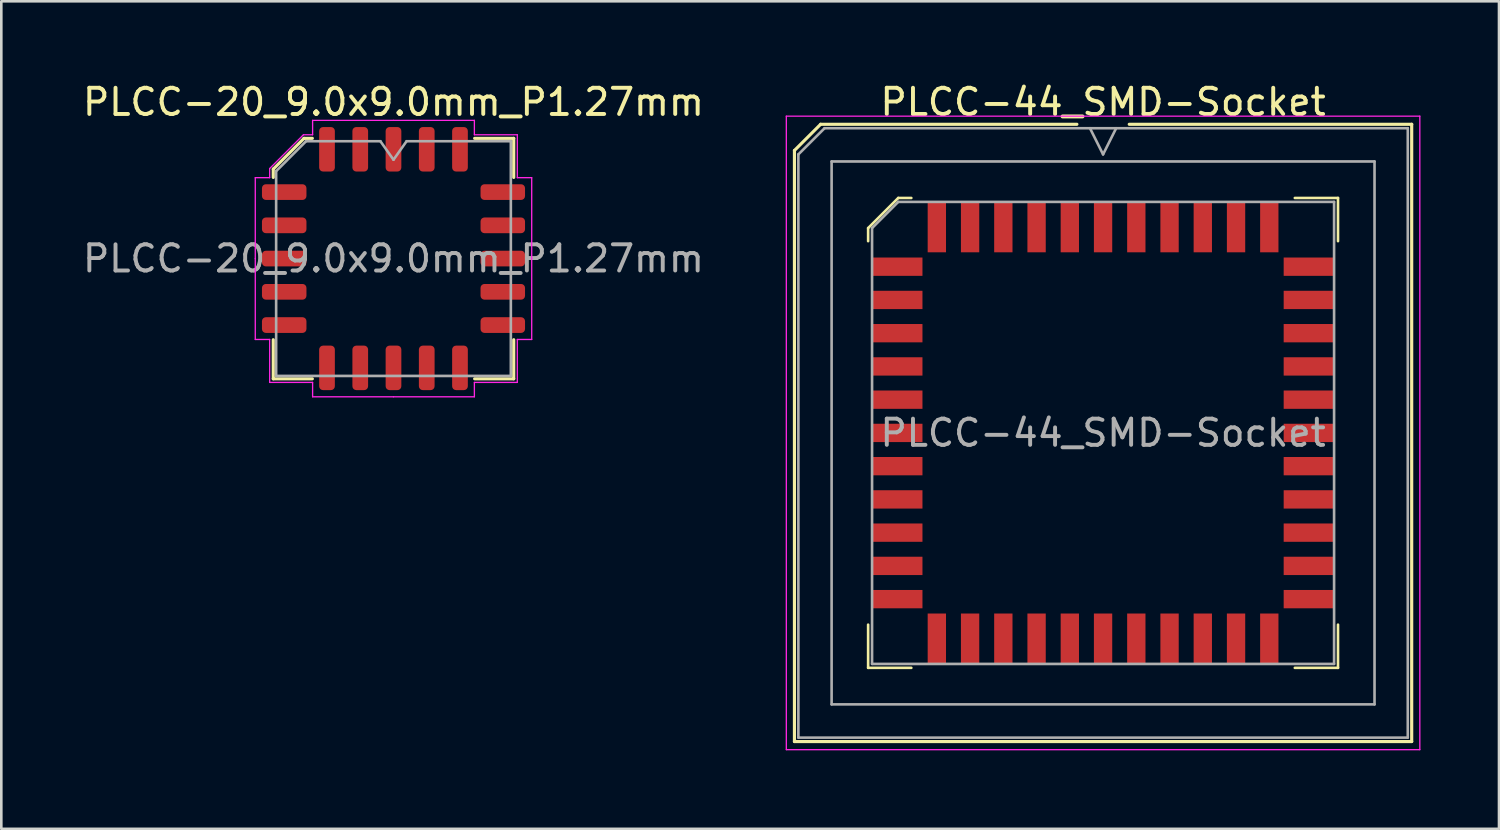
<source format=kicad_pcb>
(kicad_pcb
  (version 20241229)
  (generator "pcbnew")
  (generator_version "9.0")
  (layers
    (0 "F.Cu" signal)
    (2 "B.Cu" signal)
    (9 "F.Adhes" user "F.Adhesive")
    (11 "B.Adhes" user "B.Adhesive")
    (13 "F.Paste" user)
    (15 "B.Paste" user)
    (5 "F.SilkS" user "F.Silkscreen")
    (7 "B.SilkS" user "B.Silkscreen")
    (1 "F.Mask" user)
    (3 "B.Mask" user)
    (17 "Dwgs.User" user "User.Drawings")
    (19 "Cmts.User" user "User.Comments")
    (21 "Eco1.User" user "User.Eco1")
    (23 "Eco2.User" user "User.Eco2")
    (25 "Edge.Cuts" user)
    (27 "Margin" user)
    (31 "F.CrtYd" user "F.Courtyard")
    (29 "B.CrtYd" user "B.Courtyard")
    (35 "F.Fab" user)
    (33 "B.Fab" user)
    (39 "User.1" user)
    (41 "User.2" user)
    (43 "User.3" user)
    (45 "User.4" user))
  (footprint "PLCC-20_9.0x9.0mm_P1.27mm"
    (layer "F.Cu")
    (at 11.982 6.828)
    (property "Reference" "PLCC-20_9.0x9.0mm_P1.27mm" (at 0 -5.98 0) (layer "F.SilkS") (effects (font (size 1 1) (thickness 0.15))))
    (attr smd)
    (fp_line (start -4.593 -3.418) (end -4.593 -3.1) (stroke (width 0.12) (type solid)) (layer "F.SilkS"))
    (fp_line (start -4.593 4.593) (end -4.593 3.1) (stroke (width 0.12) (type solid)) (layer "F.SilkS"))
    (fp_line (start -3.418 -4.593) (end -4.593 -3.418) (stroke (width 0.12) (type solid)) (layer "F.SilkS"))
    (fp_line (start -3.1 -4.593) (end -3.418 -4.593) (stroke (width 0.12) (type solid)) (layer "F.SilkS"))
    (fp_line (start -3.1 4.593) (end -4.593 4.593) (stroke (width 0.12) (type solid)) (layer "F.SilkS"))
    (fp_line (start 3.1 -4.593) (end 4.593 -4.593) (stroke (width 0.12) (type solid)) (layer "F.SilkS"))
    (fp_line (start 3.1 4.593) (end 4.593 4.593) (stroke (width 0.12) (type solid)) (layer "F.SilkS"))
    (fp_line (start 4.593 -4.593) (end 4.593 -3.1) (stroke (width 0.12) (type solid)) (layer "F.SilkS"))
    (fp_line (start 4.593 4.593) (end 4.593 3.1) (stroke (width 0.12) (type solid)) (layer "F.SilkS"))
    (fp_line (start -5.28 -3.09) (end -5.28 0) (stroke (width 0.05) (type solid)) (layer "F.CrtYd"))
    (fp_line (start -5.28 3.09) (end -5.28 0) (stroke (width 0.05) (type solid)) (layer "F.CrtYd"))
    (fp_line (start -4.73 -3.44) (end -4.73 -3.09) (stroke (width 0.05) (type solid)) (layer "F.CrtYd"))
    (fp_line (start -4.73 -3.09) (end -5.28 -3.09) (stroke (width 0.05) (type solid)) (layer "F.CrtYd"))
    (fp_line (start -4.73 3.09) (end -5.28 3.09) (stroke (width 0.05) (type solid)) (layer "F.CrtYd"))
    (fp_line (start -4.73 4.73) (end -4.73 3.09) (stroke (width 0.05) (type solid)) (layer "F.CrtYd"))
    (fp_line (start -3.44 -4.73) (end -4.73 -3.44) (stroke (width 0.05) (type solid)) (layer "F.CrtYd"))
    (fp_line (start -3.09 -5.28) (end -3.09 -4.73) (stroke (width 0.05) (type solid)) (layer "F.CrtYd"))
    (fp_line (start -3.09 -4.73) (end -3.44 -4.73) (stroke (width 0.05) (type solid)) (layer "F.CrtYd"))
    (fp_line (start -3.09 4.73) (end -4.73 4.73) (stroke (width 0.05) (type solid)) (layer "F.CrtYd"))
    (fp_line (start -3.09 5.28) (end -3.09 4.73) (stroke (width 0.05) (type solid)) (layer "F.CrtYd"))
    (fp_line (start 0 -5.28) (end -3.09 -5.28) (stroke (width 0.05) (type solid)) (layer "F.CrtYd"))
    (fp_line (start 0 -5.28) (end 3.09 -5.28) (stroke (width 0.05) (type solid)) (layer "F.CrtYd"))
    (fp_line (start 0 5.28) (end -3.09 5.28) (stroke (width 0.05) (type solid)) (layer "F.CrtYd"))
    (fp_line (start 0 5.28) (end 3.09 5.28) (stroke (width 0.05) (type solid)) (layer "F.CrtYd"))
    (fp_line (start 3.09 -5.28) (end 3.09 -4.73) (stroke (width 0.05) (type solid)) (layer "F.CrtYd"))
    (fp_line (start 3.09 -4.73) (end 4.73 -4.73) (stroke (width 0.05) (type solid)) (layer "F.CrtYd"))
    (fp_line (start 3.09 4.73) (end 4.73 4.73) (stroke (width 0.05) (type solid)) (layer "F.CrtYd"))
    (fp_line (start 3.09 5.28) (end 3.09 4.73) (stroke (width 0.05) (type solid)) (layer "F.CrtYd"))
    (fp_line (start 4.73 -4.73) (end 4.73 -3.09) (stroke (width 0.05) (type solid)) (layer "F.CrtYd"))
    (fp_line (start 4.73 -3.09) (end 5.28 -3.09) (stroke (width 0.05) (type solid)) (layer "F.CrtYd"))
    (fp_line (start 4.73 3.09) (end 5.28 3.09) (stroke (width 0.05) (type solid)) (layer "F.CrtYd"))
    (fp_line (start 4.73 4.73) (end 4.73 3.09) (stroke (width 0.05) (type solid)) (layer "F.CrtYd"))
    (fp_line (start 5.28 -3.09) (end 5.28 0) (stroke (width 0.05) (type solid)) (layer "F.CrtYd"))
    (fp_line (start 5.28 3.09) (end 5.28 0) (stroke (width 0.05) (type solid)) (layer "F.CrtYd"))
    (fp_line (start -4.483 -3.34) (end -3.34 -4.483) (stroke (width 0.1) (type solid)) (layer "F.Fab"))
    (fp_line (start -4.483 4.483) (end -4.483 -3.34) (stroke (width 0.1) (type solid)) (layer "F.Fab"))
    (fp_line (start -3.34 -4.483) (end -0.5 -4.483) (stroke (width 0.1) (type solid)) (layer "F.Fab"))
    (fp_line (start -0.5 -4.483) (end 0 -3.776) (stroke (width 0.1) (type solid)) (layer "F.Fab"))
    (fp_line (start 0 -3.776) (end 0.5 -4.483) (stroke (width 0.1) (type solid)) (layer "F.Fab"))
    (fp_line (start 0.5 -4.483) (end 4.483 -4.483) (stroke (width 0.1) (type solid)) (layer "F.Fab"))
    (fp_line (start 4.483 -4.483) (end 4.483 4.483) (stroke (width 0.1) (type solid)) (layer "F.Fab"))
    (fp_line (start 4.483 4.483) (end -4.483 4.483) (stroke (width 0.1) (type solid)) (layer "F.Fab"))
    (fp_text user "${REFERENCE}" (at 0 0 0) (layer "F.Fab") (effects (font (size 1 1) (thickness 0.15))))
    (pad "1" smd roundrect (at 0 -4.175) (size 0.6 1.7) (layers "F.Cu" "F.Mask" "F.Paste") (roundrect_rratio 0.25))
    (pad "2" smd roundrect (at -1.27 -4.175) (size 0.6 1.7) (layers "F.Cu" "F.Mask" "F.Paste") (roundrect_rratio 0.25))
    (pad "3" smd roundrect (at -2.54 -4.175) (size 0.6 1.7) (layers "F.Cu" "F.Mask" "F.Paste") (roundrect_rratio 0.25))
    (pad "4" smd roundrect (at -4.175 -2.54) (size 1.7 0.6) (layers "F.Cu" "F.Mask" "F.Paste") (roundrect_rratio 0.25))
    (pad "5" smd roundrect (at -4.175 -1.27) (size 1.7 0.6) (layers "F.Cu" "F.Mask" "F.Paste") (roundrect_rratio 0.25))
    (pad "6" smd roundrect (at -4.175 0) (size 1.7 0.6) (layers "F.Cu" "F.Mask" "F.Paste") (roundrect_rratio 0.25))
    (pad "7" smd roundrect (at -4.175 1.27) (size 1.7 0.6) (layers "F.Cu" "F.Mask" "F.Paste") (roundrect_rratio 0.25))
    (pad "8" smd roundrect (at -4.175 2.54) (size 1.7 0.6) (layers "F.Cu" "F.Mask" "F.Paste") (roundrect_rratio 0.25))
    (pad "9" smd roundrect (at -2.54 4.175) (size 0.6 1.7) (layers "F.Cu" "F.Mask" "F.Paste") (roundrect_rratio 0.25))
    (pad "10" smd roundrect (at -1.27 4.175) (size 0.6 1.7) (layers "F.Cu" "F.Mask" "F.Paste") (roundrect_rratio 0.25))
    (pad "11" smd roundrect (at 0 4.175) (size 0.6 1.7) (layers "F.Cu" "F.Mask" "F.Paste") (roundrect_rratio 0.25))
    (pad "12" smd roundrect (at 1.27 4.175) (size 0.6 1.7) (layers "F.Cu" "F.Mask" "F.Paste") (roundrect_rratio 0.25))
    (pad "13" smd roundrect (at 2.54 4.175) (size 0.6 1.7) (layers "F.Cu" "F.Mask" "F.Paste") (roundrect_rratio 0.25))
    (pad "14" smd roundrect (at 4.175 2.54) (size 1.7 0.6) (layers "F.Cu" "F.Mask" "F.Paste") (roundrect_rratio 0.25))
    (pad "15" smd roundrect (at 4.175 1.27) (size 1.7 0.6) (layers "F.Cu" "F.Mask" "F.Paste") (roundrect_rratio 0.25))
    (pad "16" smd roundrect (at 4.175 0) (size 1.7 0.6) (layers "F.Cu" "F.Mask" "F.Paste") (roundrect_rratio 0.25))
    (pad "17" smd roundrect (at 4.175 -1.27) (size 1.7 0.6) (layers "F.Cu" "F.Mask" "F.Paste") (roundrect_rratio 0.25))
    (pad "18" smd roundrect (at 4.175 -2.54) (size 1.7 0.6) (layers "F.Cu" "F.Mask" "F.Paste") (roundrect_rratio 0.25))
    (pad "19" smd roundrect (at 2.54 -4.175) (size 0.6 1.7) (layers "F.Cu" "F.Mask" "F.Paste") (roundrect_rratio 0.25))
    (pad "20" smd roundrect (at 1.27 -4.175) (size 0.6 1.7) (layers "F.Cu" "F.Mask" "F.Paste") (roundrect_rratio 0.25)))
  (footprint "PLCC-44_SMD-Socket"
    (layer "F.Cu")
    (at 39.089 13.488)
    (property "Reference" "PLCC-44_SMD-Socket" (at 0 -12.64 0) (layer "F.SilkS") (effects (font (size 1 1) (thickness 0.15))))
    (attr smd)
    (fp_line (start -11.79 -10.79) (end -11.79 11.79) (stroke (width 0.12) (type solid)) (layer "F.SilkS"))
    (fp_line (start -11.79 11.79) (end 11.79 11.79) (stroke (width 0.12) (type solid)) (layer "F.SilkS"))
    (fp_line (start -10.79 -11.79) (end -11.79 -10.79) (stroke (width 0.12) (type solid)) (layer "F.SilkS"))
    (fp_line (start -8.975 -7.825) (end -8.975 -7.325) (stroke (width 0.1) (type solid)) (layer "F.SilkS"))
    (fp_line (start -8.975 8.975) (end -8.975 7.325) (stroke (width 0.1) (type solid)) (layer "F.SilkS"))
    (fp_line (start -7.825 -8.975) (end -8.975 -7.825) (stroke (width 0.1) (type solid)) (layer "F.SilkS"))
    (fp_line (start -7.325 -8.975) (end -7.825 -8.975) (stroke (width 0.1) (type solid)) (layer "F.SilkS"))
    (fp_line (start -7.325 8.975) (end -8.975 8.975) (stroke (width 0.1) (type solid)) (layer "F.SilkS"))
    (fp_line (start -1 -11.79) (end -10.79 -11.79) (stroke (width 0.12) (type solid)) (layer "F.SilkS"))
    (fp_line (start 7.325 -8.975) (end 8.975 -8.975) (stroke (width 0.1) (type solid)) (layer "F.SilkS"))
    (fp_line (start 7.325 8.975) (end 8.975 8.975) (stroke (width 0.1) (type solid)) (layer "F.SilkS"))
    (fp_line (start 8.975 -8.975) (end 8.975 -7.325) (stroke (width 0.1) (type solid)) (layer "F.SilkS"))
    (fp_line (start 8.975 8.975) (end 8.975 7.325) (stroke (width 0.1) (type solid)) (layer "F.SilkS"))
    (fp_line (start 11.79 -11.79) (end 1 -11.79) (stroke (width 0.12) (type solid)) (layer "F.SilkS"))
    (fp_line (start 11.79 11.79) (end 11.79 -11.79) (stroke (width 0.12) (type solid)) (layer "F.SilkS"))
    (fp_line (start -12.1 -12.1) (end -12.1 12.1) (stroke (width 0.05) (type solid)) (layer "F.CrtYd"))
    (fp_line (start -12.1 12.1) (end 12.1 12.1) (stroke (width 0.05) (type solid)) (layer "F.CrtYd"))
    (fp_line (start 12.1 -12.1) (end -12.1 -12.1) (stroke (width 0.05) (type solid)) (layer "F.CrtYd"))
    (fp_line (start 12.1 12.1) (end 12.1 -12.1) (stroke (width 0.05) (type solid)) (layer "F.CrtYd"))
    (fp_line (start -11.64 -10.64) (end -11.64 11.64) (stroke (width 0.1) (type solid)) (layer "F.Fab"))
    (fp_line (start -11.64 11.64) (end 11.64 11.64) (stroke (width 0.1) (type solid)) (layer "F.Fab"))
    (fp_line (start -10.64 -11.64) (end -11.64 -10.64) (stroke (width 0.1) (type solid)) (layer "F.Fab"))
    (fp_line (start -10.37 -10.37) (end -10.37 10.37) (stroke (width 0.1) (type solid)) (layer "F.Fab"))
    (fp_line (start -10.37 10.37) (end 10.37 10.37) (stroke (width 0.1) (type solid)) (layer "F.Fab"))
    (fp_line (start -8.825 -7.825) (end -8.825 8.825) (stroke (width 0.1) (type solid)) (layer "F.Fab"))
    (fp_line (start -8.825 8.825) (end 8.825 8.825) (stroke (width 0.1) (type solid)) (layer "F.Fab"))
    (fp_line (start -7.825 -8.825) (end -8.825 -7.825) (stroke (width 0.1) (type solid)) (layer "F.Fab"))
    (fp_line (start -0.5 -11.64) (end 0 -10.64) (stroke (width 0.1) (type solid)) (layer "F.Fab"))
    (fp_line (start 0 -10.64) (end 0.5 -11.64) (stroke (width 0.1) (type solid)) (layer "F.Fab"))
    (fp_line (start 8.825 -8.825) (end -7.825 -8.825) (stroke (width 0.1) (type solid)) (layer "F.Fab"))
    (fp_line (start 8.825 8.825) (end 8.825 -8.825) (stroke (width 0.1) (type solid)) (layer "F.Fab"))
    (fp_line (start 10.37 -10.37) (end -10.37 -10.37) (stroke (width 0.1) (type solid)) (layer "F.Fab"))
    (fp_line (start 10.37 10.37) (end 10.37 -10.37) (stroke (width 0.1) (type solid)) (layer "F.Fab"))
    (fp_line (start 11.64 -11.64) (end -10.64 -11.64) (stroke (width 0.1) (type solid)) (layer "F.Fab"))
    (fp_line (start 11.64 11.64) (end 11.64 -11.64) (stroke (width 0.1) (type solid)) (layer "F.Fab"))
    (fp_text user "${REFERENCE}" (at 0 0 0) (layer "F.Fab") (effects (font (size 1 1) (thickness 0.15))))
    (pad "1" smd rect (at 0 -7.862) (size 0.7 1.925) (layers "F.Cu" "F.Mask" "F.Paste"))
    (pad "2" smd rect (at -1.27 -7.862) (size 0.7 1.925) (layers "F.Cu" "F.Mask" "F.Paste"))
    (pad "3" smd rect (at -2.54 -7.862) (size 0.7 1.925) (layers "F.Cu" "F.Mask" "F.Paste"))
    (pad "4" smd rect (at -3.81 -7.862) (size 0.7 1.925) (layers "F.Cu" "F.Mask" "F.Paste"))
    (pad "5" smd rect (at -5.08 -7.862) (size 0.7 1.925) (layers "F.Cu" "F.Mask" "F.Paste"))
    (pad "6" smd rect (at -6.35 -7.862) (size 0.7 1.925) (layers "F.Cu" "F.Mask" "F.Paste"))
    (pad "7" smd rect (at -7.862 -6.35) (size 1.925 0.7) (layers "F.Cu" "F.Mask" "F.Paste"))
    (pad "8" smd rect (at -7.862 -5.08) (size 1.925 0.7) (layers "F.Cu" "F.Mask" "F.Paste"))
    (pad "9" smd rect (at -7.862 -3.81) (size 1.925 0.7) (layers "F.Cu" "F.Mask" "F.Paste"))
    (pad "10" smd rect (at -7.862 -2.54) (size 1.925 0.7) (layers "F.Cu" "F.Mask" "F.Paste"))
    (pad "11" smd rect (at -7.862 -1.27) (size 1.925 0.7) (layers "F.Cu" "F.Mask" "F.Paste"))
    (pad "12" smd rect (at -7.862 0) (size 1.925 0.7) (layers "F.Cu" "F.Mask" "F.Paste"))
    (pad "13" smd rect (at -7.862 1.27) (size 1.925 0.7) (layers "F.Cu" "F.Mask" "F.Paste"))
    (pad "14" smd rect (at -7.862 2.54) (size 1.925 0.7) (layers "F.Cu" "F.Mask" "F.Paste"))
    (pad "15" smd rect (at -7.862 3.81) (size 1.925 0.7) (layers "F.Cu" "F.Mask" "F.Paste"))
    (pad "16" smd rect (at -7.862 5.08) (size 1.925 0.7) (layers "F.Cu" "F.Mask" "F.Paste"))
    (pad "17" smd rect (at -7.862 6.35) (size 1.925 0.7) (layers "F.Cu" "F.Mask" "F.Paste"))
    (pad "18" smd rect (at -6.35 7.862) (size 0.7 1.925) (layers "F.Cu" "F.Mask" "F.Paste"))
    (pad "19" smd rect (at -5.08 7.862) (size 0.7 1.925) (layers "F.Cu" "F.Mask" "F.Paste"))
    (pad "20" smd rect (at -3.81 7.862) (size 0.7 1.925) (layers "F.Cu" "F.Mask" "F.Paste"))
    (pad "21" smd rect (at -2.54 7.862) (size 0.7 1.925) (layers "F.Cu" "F.Mask" "F.Paste"))
    (pad "22" smd rect (at -1.27 7.862) (size 0.7 1.925) (layers "F.Cu" "F.Mask" "F.Paste"))
    (pad "23" smd rect (at 0 7.862) (size 0.7 1.925) (layers "F.Cu" "F.Mask" "F.Paste"))
    (pad "24" smd rect (at 1.27 7.862) (size 0.7 1.925) (layers "F.Cu" "F.Mask" "F.Paste"))
    (pad "25" smd rect (at 2.54 7.862) (size 0.7 1.925) (layers "F.Cu" "F.Mask" "F.Paste"))
    (pad "26" smd rect (at 3.81 7.862) (size 0.7 1.925) (layers "F.Cu" "F.Mask" "F.Paste"))
    (pad "27" smd rect (at 5.08 7.862) (size 0.7 1.925) (layers "F.Cu" "F.Mask" "F.Paste"))
    (pad "28" smd rect (at 6.35 7.862) (size 0.7 1.925) (layers "F.Cu" "F.Mask" "F.Paste"))
    (pad "29" smd rect (at 7.862 6.35) (size 1.925 0.7) (layers "F.Cu" "F.Mask" "F.Paste"))
    (pad "30" smd rect (at 7.862 5.08) (size 1.925 0.7) (layers "F.Cu" "F.Mask" "F.Paste"))
    (pad "31" smd rect (at 7.862 3.81) (size 1.925 0.7) (layers "F.Cu" "F.Mask" "F.Paste"))
    (pad "32" smd rect (at 7.862 2.54) (size 1.925 0.7) (layers "F.Cu" "F.Mask" "F.Paste"))
    (pad "33" smd rect (at 7.862 1.27) (size 1.925 0.7) (layers "F.Cu" "F.Mask" "F.Paste"))
    (pad "34" smd rect (at 7.862 0) (size 1.925 0.7) (layers "F.Cu" "F.Mask" "F.Paste"))
    (pad "35" smd rect (at 7.862 -1.27) (size 1.925 0.7) (layers "F.Cu" "F.Mask" "F.Paste"))
    (pad "36" smd rect (at 7.862 -2.54) (size 1.925 0.7) (layers "F.Cu" "F.Mask" "F.Paste"))
    (pad "37" smd rect (at 7.862 -3.81) (size 1.925 0.7) (layers "F.Cu" "F.Mask" "F.Paste"))
    (pad "38" smd rect (at 7.862 -5.08) (size 1.925 0.7) (layers "F.Cu" "F.Mask" "F.Paste"))
    (pad "39" smd rect (at 7.862 -6.35) (size 1.925 0.7) (layers "F.Cu" "F.Mask" "F.Paste"))
    (pad "40" smd rect (at 6.35 -7.862) (size 0.7 1.925) (layers "F.Cu" "F.Mask" "F.Paste"))
    (pad "41" smd rect (at 5.08 -7.862) (size 0.7 1.925) (layers "F.Cu" "F.Mask" "F.Paste"))
    (pad "42" smd rect (at 3.81 -7.862) (size 0.7 1.925) (layers "F.Cu" "F.Mask" "F.Paste"))
    (pad "43" smd rect (at 2.54 -7.862) (size 0.7 1.925) (layers "F.Cu" "F.Mask" "F.Paste"))
    (pad "44" smd rect (at 1.27 -7.862) (size 0.7 1.925) (layers "F.Cu" "F.Mask" "F.Paste")))
  (gr_rect
    (start -3 -3)
    (end 54.214 28.613)
    (stroke (width 0.1) (type default))
    (fill no)
    (layer "Edge.Cuts")))
</source>
